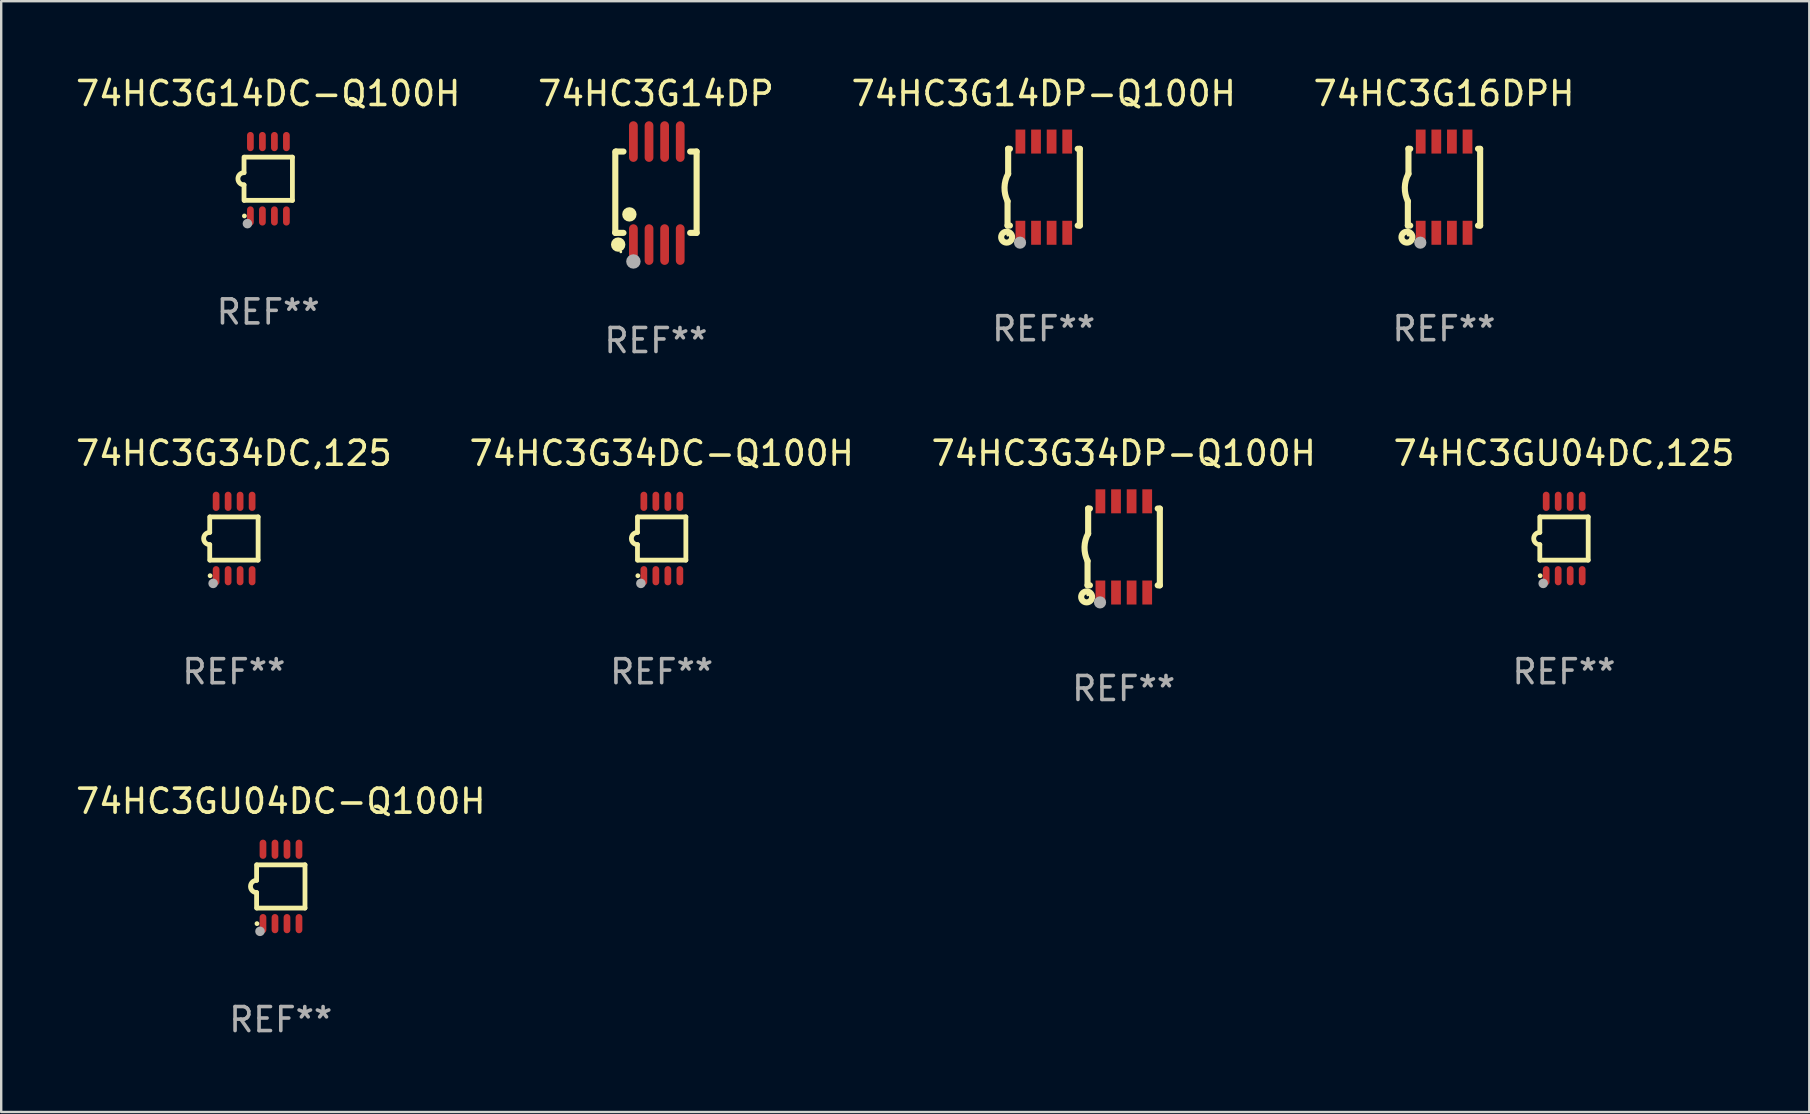
<source format=kicad_pcb>
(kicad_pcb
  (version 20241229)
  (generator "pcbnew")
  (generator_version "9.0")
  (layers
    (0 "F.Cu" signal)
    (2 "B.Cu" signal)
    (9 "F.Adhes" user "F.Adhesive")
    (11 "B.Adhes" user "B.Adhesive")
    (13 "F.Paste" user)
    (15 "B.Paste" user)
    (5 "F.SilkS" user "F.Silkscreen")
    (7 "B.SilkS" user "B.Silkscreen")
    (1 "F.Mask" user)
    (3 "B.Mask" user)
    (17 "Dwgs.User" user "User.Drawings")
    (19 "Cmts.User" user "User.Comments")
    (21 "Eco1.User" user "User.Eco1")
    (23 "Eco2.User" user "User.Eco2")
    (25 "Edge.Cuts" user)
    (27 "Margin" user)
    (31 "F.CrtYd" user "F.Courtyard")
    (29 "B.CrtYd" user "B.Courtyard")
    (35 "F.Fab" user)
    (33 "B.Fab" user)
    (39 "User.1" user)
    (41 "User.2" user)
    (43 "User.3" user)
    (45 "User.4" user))
  (footprint "74HC3G16DPH"
    (layer "F.Cu")
    (at 57.113 4.748)
    (property "Reference" "74HC3G16DPH" (at 0 -3.9 0) (layer "F.SilkS") (effects (font (size 1 1) (thickness 0.15))))
    (attr through_hole)
    (fp_line (start -1.506 1.6) (end -1.506 0.584) (stroke (width 0.254) (type solid)) (layer "F.SilkS"))
    (fp_line (start -1.506 1.6) (end -1.407 1.6) (stroke (width 0.254) (type solid)) (layer "F.SilkS"))
    (fp_line (start -1.481 -1.599) (end -1.481 -0.549) (stroke (width 0.254) (type solid)) (layer "F.SilkS"))
    (fp_line (start -1.481 -1.599) (end -1.407 -1.599) (stroke (width 0.254) (type solid)) (layer "F.SilkS"))
    (fp_line (start 1.417 -1.599) (end 1.506 -1.599) (stroke (width 0.254) (type solid)) (layer "F.SilkS"))
    (fp_line (start 1.417 1.6) (end 1.506 1.6) (stroke (width 0.254) (type solid)) (layer "F.SilkS"))
    (fp_line (start 1.506 1.603) (end 1.506 -1.595) (stroke (width 0.254) (type solid)) (layer "F.SilkS"))
    (fp_arc (start -1.506223 0.584328) (mid -1.632455 0.00974) (end -1.480823 -0.558674) (stroke (width 0.254001) (type solid)) (layer "F.SilkS"))
    (fp_circle (center -1.544 2.083) (end -1.443 2.083) (stroke (width 0.254) (type solid)) (fill no) (layer "F.SilkS"))
    (fp_circle (center -1.495 2) (end -1.465 2) (stroke (width 0.06) (type solid)) (fill no) (layer "F.SilkS"))
    (fp_circle (center -0.986 2.312) (end -0.859 2.312) (stroke (width 0.254) (type solid)) (fill no) (layer "F.Fab"))
    (fp_text user "REF**" (at 0 5.9 0) (layer "F.Fab") (effects (font (size 1 1) (thickness 0.15))))
    (pad "1" smd rect (at -0.97 1.9 90) (size 1 0.406) (layers "F.Cu" "F.Mask" "F.Paste"))
    (pad "2" smd rect (at -0.32 1.9 90) (size 1 0.406) (layers "F.Cu" "F.Mask" "F.Paste"))
    (pad "3" smd rect (at 0.33 1.9 90) (size 1 0.406) (layers "F.Cu" "F.Mask" "F.Paste"))
    (pad "4" smd rect (at 0.98 1.9 90) (size 1 0.406) (layers "F.Cu" "F.Mask" "F.Paste"))
    (pad "5" smd rect (at 0.98 -1.9 90) (size 1 0.406) (layers "F.Cu" "F.Mask" "F.Paste"))
    (pad "6" smd rect (at 0.33 -1.9 90) (size 1 0.406) (layers "F.Cu" "F.Mask" "F.Paste"))
    (pad "7" smd rect (at -0.32 -1.9 90) (size 1 0.406) (layers "F.Cu" "F.Mask" "F.Paste"))
    (pad "8" smd rect (at -0.97 -1.9 90) (size 1 0.406) (layers "F.Cu" "F.Mask" "F.Paste")))
  (footprint "74HC3GU04DC-Q100H"
    (layer "F.Cu")
    (at 8.649 33.883)
    (property "Reference" "74HC3GU04DC-Q100H" (at 0 -3.55 0) (layer "F.SilkS") (effects (font (size 1 1) (thickness 0.15))))
    (attr through_hole)
    (fp_line (start -1.008 -0.254) (end -1.008 -0.9) (stroke (width 0.2) (type solid)) (layer "F.SilkS"))
    (fp_line (start -1.008 0.254) (end -1.008 0.9) (stroke (width 0.2) (type solid)) (layer "F.SilkS"))
    (fp_line (start -0.992 0.9) (end 1.008 0.9) (stroke (width 0.2) (type solid)) (layer "F.SilkS"))
    (fp_line (start 1.008 -0.9) (end -0.992 -0.9) (stroke (width 0.2) (type solid)) (layer "F.SilkS"))
    (fp_line (start 1.008 0.9) (end 1.008 -0.9) (stroke (width 0.2) (type solid)) (layer "F.SilkS"))
    (fp_arc (start -1.008001 0.254001) (mid -1.262002 0) (end -1.008001 -0.254001) (stroke (width 0.2) (type solid)) (layer "F.SilkS"))
    (fp_circle (center -0.992 1.55) (end -0.942 1.55) (stroke (width 0.1) (type solid)) (fill no) (layer "F.SilkS"))
    (fp_circle (center -0.866 1.87) (end -0.766 1.87) (stroke (width 0.2) (type solid)) (fill no) (layer "F.Fab"))
    (fp_text user "REF**" (at 0 5.55 0) (layer "F.Fab") (effects (font (size 1 1) (thickness 0.15))))
    (pad "1" smd oval (at -0.742 1.55 270) (size 0.8 0.28) (layers "F.Cu" "F.Mask" "F.Paste"))
    (pad "2" smd oval (at -0.242 1.55 270) (size 0.8 0.28) (layers "F.Cu" "F.Mask" "F.Paste"))
    (pad "3" smd oval (at 0.258 1.55 270) (size 0.8 0.28) (layers "F.Cu" "F.Mask" "F.Paste"))
    (pad "4" smd oval (at 0.758 1.55 270) (size 0.8 0.28) (layers "F.Cu" "F.Mask" "F.Paste"))
    (pad "5" smd oval (at 0.758 -1.55 270) (size 0.8 0.28) (layers "F.Cu" "F.Mask" "F.Paste"))
    (pad "6" smd oval (at 0.258 -1.55 270) (size 0.8 0.28) (layers "F.Cu" "F.Mask" "F.Paste"))
    (pad "7" smd oval (at -0.242 -1.55 270) (size 0.8 0.28) (layers "F.Cu" "F.Mask" "F.Paste"))
    (pad "8" smd oval (at -0.742 -1.55 270) (size 0.8 0.28) (layers "F.Cu" "F.Mask" "F.Paste")))
  (footprint "74HC3GU04DC,125"
    (layer "F.Cu")
    (at 62.113 19.387)
    (property "Reference" "74HC3GU04DC,125" (at 0 -3.55 0) (layer "F.SilkS") (effects (font (size 1 1) (thickness 0.15))))
    (attr through_hole)
    (fp_line (start -1.008 -0.254) (end -1.008 -0.9) (stroke (width 0.2) (type solid)) (layer "F.SilkS"))
    (fp_line (start -1.008 0.254) (end -1.008 0.9) (stroke (width 0.2) (type solid)) (layer "F.SilkS"))
    (fp_line (start -0.992 0.9) (end 1.008 0.9) (stroke (width 0.2) (type solid)) (layer "F.SilkS"))
    (fp_line (start 1.008 -0.9) (end -0.992 -0.9) (stroke (width 0.2) (type solid)) (layer "F.SilkS"))
    (fp_line (start 1.008 0.9) (end 1.008 -0.9) (stroke (width 0.2) (type solid)) (layer "F.SilkS"))
    (fp_arc (start -1.008001 0.254001) (mid -1.262002 0) (end -1.008001 -0.254001) (stroke (width 0.2) (type solid)) (layer "F.SilkS"))
    (fp_circle (center -0.992 1.55) (end -0.942 1.55) (stroke (width 0.1) (type solid)) (fill no) (layer "F.SilkS"))
    (fp_circle (center -0.866 1.87) (end -0.766 1.87) (stroke (width 0.2) (type solid)) (fill no) (layer "F.Fab"))
    (fp_text user "REF**" (at 0 5.55 0) (layer "F.Fab") (effects (font (size 1 1) (thickness 0.15))))
    (pad "1" smd oval (at -0.742 1.55 270) (size 0.8 0.28) (layers "F.Cu" "F.Mask" "F.Paste"))
    (pad "2" smd oval (at -0.242 1.55 270) (size 0.8 0.28) (layers "F.Cu" "F.Mask" "F.Paste"))
    (pad "3" smd oval (at 0.258 1.55 270) (size 0.8 0.28) (layers "F.Cu" "F.Mask" "F.Paste"))
    (pad "4" smd oval (at 0.758 1.55 270) (size 0.8 0.28) (layers "F.Cu" "F.Mask" "F.Paste"))
    (pad "5" smd oval (at 0.758 -1.55 270) (size 0.8 0.28) (layers "F.Cu" "F.Mask" "F.Paste"))
    (pad "6" smd oval (at 0.258 -1.55 270) (size 0.8 0.28) (layers "F.Cu" "F.Mask" "F.Paste"))
    (pad "7" smd oval (at -0.242 -1.55 270) (size 0.8 0.28) (layers "F.Cu" "F.Mask" "F.Paste"))
    (pad "8" smd oval (at -0.742 -1.55 270) (size 0.8 0.28) (layers "F.Cu" "F.Mask" "F.Paste")))
  (footprint "74HC3G34DC,125"
    (layer "F.Cu")
    (at 6.696 19.387)
    (property "Reference" "74HC3G34DC,125" (at 0 -3.55 0) (layer "F.SilkS") (effects (font (size 1 1) (thickness 0.15))))
    (attr through_hole)
    (fp_line (start -1.008 -0.254) (end -1.008 -0.9) (stroke (width 0.2) (type solid)) (layer "F.SilkS"))
    (fp_line (start -1.008 0.254) (end -1.008 0.9) (stroke (width 0.2) (type solid)) (layer "F.SilkS"))
    (fp_line (start -0.992 0.9) (end 1.008 0.9) (stroke (width 0.2) (type solid)) (layer "F.SilkS"))
    (fp_line (start 1.008 -0.9) (end -0.992 -0.9) (stroke (width 0.2) (type solid)) (layer "F.SilkS"))
    (fp_line (start 1.008 0.9) (end 1.008 -0.9) (stroke (width 0.2) (type solid)) (layer "F.SilkS"))
    (fp_arc (start -1.008001 0.254001) (mid -1.262002 0) (end -1.008001 -0.254001) (stroke (width 0.2) (type solid)) (layer "F.SilkS"))
    (fp_circle (center -0.992 1.55) (end -0.942 1.55) (stroke (width 0.1) (type solid)) (fill no) (layer "F.SilkS"))
    (fp_circle (center -0.866 1.87) (end -0.766 1.87) (stroke (width 0.2) (type solid)) (fill no) (layer "F.Fab"))
    (fp_text user "REF**" (at 0 5.55 0) (layer "F.Fab") (effects (font (size 1 1) (thickness 0.15))))
    (pad "1" smd oval (at -0.742 1.55 270) (size 0.8 0.28) (layers "F.Cu" "F.Mask" "F.Paste"))
    (pad "2" smd oval (at -0.242 1.55 270) (size 0.8 0.28) (layers "F.Cu" "F.Mask" "F.Paste"))
    (pad "3" smd oval (at 0.258 1.55 270) (size 0.8 0.28) (layers "F.Cu" "F.Mask" "F.Paste"))
    (pad "4" smd oval (at 0.758 1.55 270) (size 0.8 0.28) (layers "F.Cu" "F.Mask" "F.Paste"))
    (pad "5" smd oval (at 0.758 -1.55 270) (size 0.8 0.28) (layers "F.Cu" "F.Mask" "F.Paste"))
    (pad "6" smd oval (at 0.258 -1.55 270) (size 0.8 0.28) (layers "F.Cu" "F.Mask" "F.Paste"))
    (pad "7" smd oval (at -0.242 -1.55 270) (size 0.8 0.28) (layers "F.Cu" "F.Mask" "F.Paste"))
    (pad "8" smd oval (at -0.742 -1.55 270) (size 0.8 0.28) (layers "F.Cu" "F.Mask" "F.Paste")))
  (footprint "74HC3G14DP-Q100H"
    (layer "F.Cu")
    (at 40.435 4.748)
    (property "Reference" "74HC3G14DP-Q100H" (at 0 -3.9 0) (layer "F.SilkS") (effects (font (size 1 1) (thickness 0.15))))
    (attr through_hole)
    (fp_line (start -1.506 1.6) (end -1.506 0.584) (stroke (width 0.254) (type solid)) (layer "F.SilkS"))
    (fp_line (start -1.506 1.6) (end -1.407 1.6) (stroke (width 0.254) (type solid)) (layer "F.SilkS"))
    (fp_line (start -1.481 -1.599) (end -1.481 -0.549) (stroke (width 0.254) (type solid)) (layer "F.SilkS"))
    (fp_line (start -1.481 -1.599) (end -1.407 -1.599) (stroke (width 0.254) (type solid)) (layer "F.SilkS"))
    (fp_line (start 1.417 -1.599) (end 1.506 -1.599) (stroke (width 0.254) (type solid)) (layer "F.SilkS"))
    (fp_line (start 1.417 1.6) (end 1.506 1.6) (stroke (width 0.254) (type solid)) (layer "F.SilkS"))
    (fp_line (start 1.506 1.603) (end 1.506 -1.595) (stroke (width 0.254) (type solid)) (layer "F.SilkS"))
    (fp_arc (start -1.506223 0.584328) (mid -1.632455 0.00974) (end -1.480823 -0.558674) (stroke (width 0.254001) (type solid)) (layer "F.SilkS"))
    (fp_circle (center -1.544 2.083) (end -1.443 2.083) (stroke (width 0.254) (type solid)) (fill no) (layer "F.SilkS"))
    (fp_circle (center -1.495 2) (end -1.465 2) (stroke (width 0.06) (type solid)) (fill no) (layer "F.SilkS"))
    (fp_circle (center -0.986 2.312) (end -0.859 2.312) (stroke (width 0.254) (type solid)) (fill no) (layer "F.Fab"))
    (fp_text user "REF**" (at 0 5.9 0) (layer "F.Fab") (effects (font (size 1 1) (thickness 0.15))))
    (pad "1" smd rect (at -0.97 1.9 90) (size 1 0.406) (layers "F.Cu" "F.Mask" "F.Paste"))
    (pad "2" smd rect (at -0.32 1.9 90) (size 1 0.406) (layers "F.Cu" "F.Mask" "F.Paste"))
    (pad "3" smd rect (at 0.33 1.9 90) (size 1 0.406) (layers "F.Cu" "F.Mask" "F.Paste"))
    (pad "4" smd rect (at 0.98 1.9 90) (size 1 0.406) (layers "F.Cu" "F.Mask" "F.Paste"))
    (pad "5" smd rect (at 0.98 -1.9 90) (size 1 0.406) (layers "F.Cu" "F.Mask" "F.Paste"))
    (pad "6" smd rect (at 0.33 -1.9 90) (size 1 0.406) (layers "F.Cu" "F.Mask" "F.Paste"))
    (pad "7" smd rect (at -0.32 -1.9 90) (size 1 0.406) (layers "F.Cu" "F.Mask" "F.Paste"))
    (pad "8" smd rect (at -0.97 -1.9 90) (size 1 0.406) (layers "F.Cu" "F.Mask" "F.Paste")))
  (footprint "74HC3G14DP"
    (layer "F.Cu")
    (at 24.28 4.994)
    (property "Reference" "74HC3G14DP" (at 0 -4.146 0) (layer "F.SilkS") (effects (font (size 1 1) (thickness 0.15))))
    (attr through_hole)
    (fp_line (start -1.694 -1.724) (end -1.694 1.652) (stroke (width 0.254) (type solid)) (layer "F.SilkS"))
    (fp_line (start -1.694 1.652) (end -1.688 1.658) (stroke (width 0.254) (type solid)) (layer "F.SilkS"))
    (fp_line (start -1.688 1.658) (end -1.353 1.658) (stroke (width 0.254) (type solid)) (layer "F.SilkS"))
    (fp_line (start -1.661 -1.73) (end -1.681 -1.71) (stroke (width 0.254) (type solid)) (layer "F.SilkS"))
    (fp_line (start -1.353 -1.73) (end -1.661 -1.73) (stroke (width 0.254) (type solid)) (layer "F.SilkS"))
    (fp_line (start 1.424 1.658) (end 1.694 1.658) (stroke (width 0.254) (type solid)) (layer "F.SilkS"))
    (fp_line (start 1.694 -1.73) (end 1.424 -1.73) (stroke (width 0.254) (type solid)) (layer "F.SilkS"))
    (fp_line (start 1.694 1.658) (end 1.694 -1.73) (stroke (width 0.254) (type solid)) (layer "F.SilkS"))
    (fp_circle (center -1.574 2.146) (end -1.424 2.146) (stroke (width 0.3) (type solid)) (fill no) (layer "F.SilkS"))
    (fp_circle (center -1.464 2.45) (end -1.434 2.45) (stroke (width 0.06) (type solid)) (fill no) (layer "F.SilkS"))
    (fp_circle (center -1.107 0.889) (end -0.957 0.889) (stroke (width 0.3) (type solid)) (fill no) (layer "F.SilkS"))
    (fp_circle (center -0.94 2.85) (end -0.789 2.85) (stroke (width 0.3) (type solid)) (fill no) (layer "F.Fab"))
    (fp_text user "REF**" (at 0 6.146 0) (layer "F.Fab") (effects (font (size 1 1) (thickness 0.15))))
    (pad "1" smd oval (at -0.94 2.146) (size 0.364 1.692) (layers "F.Cu" "F.Mask" "F.Paste"))
    (pad "2" smd oval (at -0.289 2.146) (size 0.364 1.692) (layers "F.Cu" "F.Mask" "F.Paste"))
    (pad "3" smd oval (at 0.361 2.146) (size 0.364 1.692) (layers "F.Cu" "F.Mask" "F.Paste"))
    (pad "4" smd oval (at 1.011 2.146) (size 0.364 1.692) (layers "F.Cu" "F.Mask" "F.Paste"))
    (pad "5" smd oval (at 1.011 -2.146) (size 0.364 1.692) (layers "F.Cu" "F.Mask" "F.Paste"))
    (pad "6" smd oval (at 0.361 -2.146) (size 0.364 1.692) (layers "F.Cu" "F.Mask" "F.Paste"))
    (pad "7" smd oval (at -0.289 -2.146) (size 0.364 1.692) (layers "F.Cu" "F.Mask" "F.Paste"))
    (pad "8" smd oval (at -0.94 -2.146) (size 0.364 1.692) (layers "F.Cu" "F.Mask" "F.Paste")))
  (footprint "74HC3G14DC-Q100H"
    (layer "F.Cu")
    (at 8.125 4.398)
    (property "Reference" "74HC3G14DC-Q100H" (at 0 -3.55 0) (layer "F.SilkS") (effects (font (size 1 1) (thickness 0.15))))
    (attr through_hole)
    (fp_line (start -1.008 -0.254) (end -1.008 -0.9) (stroke (width 0.2) (type solid)) (layer "F.SilkS"))
    (fp_line (start -1.008 0.254) (end -1.008 0.9) (stroke (width 0.2) (type solid)) (layer "F.SilkS"))
    (fp_line (start -0.992 0.9) (end 1.008 0.9) (stroke (width 0.2) (type solid)) (layer "F.SilkS"))
    (fp_line (start 1.008 -0.9) (end -0.992 -0.9) (stroke (width 0.2) (type solid)) (layer "F.SilkS"))
    (fp_line (start 1.008 0.9) (end 1.008 -0.9) (stroke (width 0.2) (type solid)) (layer "F.SilkS"))
    (fp_arc (start -1.008001 0.254001) (mid -1.262002 0) (end -1.008001 -0.254001) (stroke (width 0.2) (type solid)) (layer "F.SilkS"))
    (fp_circle (center -0.992 1.55) (end -0.942 1.55) (stroke (width 0.1) (type solid)) (fill no) (layer "F.SilkS"))
    (fp_circle (center -0.866 1.87) (end -0.766 1.87) (stroke (width 0.2) (type solid)) (fill no) (layer "F.Fab"))
    (fp_text user "REF**" (at 0 5.55 0) (layer "F.Fab") (effects (font (size 1 1) (thickness 0.15))))
    (pad "1" smd oval (at -0.742 1.55 270) (size 0.8 0.28) (layers "F.Cu" "F.Mask" "F.Paste"))
    (pad "2" smd oval (at -0.242 1.55 270) (size 0.8 0.28) (layers "F.Cu" "F.Mask" "F.Paste"))
    (pad "3" smd oval (at 0.258 1.55 270) (size 0.8 0.28) (layers "F.Cu" "F.Mask" "F.Paste"))
    (pad "4" smd oval (at 0.758 1.55 270) (size 0.8 0.28) (layers "F.Cu" "F.Mask" "F.Paste"))
    (pad "5" smd oval (at 0.758 -1.55 270) (size 0.8 0.28) (layers "F.Cu" "F.Mask" "F.Paste"))
    (pad "6" smd oval (at 0.258 -1.55 270) (size 0.8 0.28) (layers "F.Cu" "F.Mask" "F.Paste"))
    (pad "7" smd oval (at -0.242 -1.55 270) (size 0.8 0.28) (layers "F.Cu" "F.Mask" "F.Paste"))
    (pad "8" smd oval (at -0.742 -1.55 270) (size 0.8 0.28) (layers "F.Cu" "F.Mask" "F.Paste")))
  (footprint "74HC3G34DC-Q100H"
    (layer "F.Cu")
    (at 24.518 19.387)
    (property "Reference" "74HC3G34DC-Q100H" (at 0 -3.55 0) (layer "F.SilkS") (effects (font (size 1 1) (thickness 0.15))))
    (attr through_hole)
    (fp_line (start -1.008 -0.254) (end -1.008 -0.9) (stroke (width 0.2) (type solid)) (layer "F.SilkS"))
    (fp_line (start -1.008 0.254) (end -1.008 0.9) (stroke (width 0.2) (type solid)) (layer "F.SilkS"))
    (fp_line (start -0.992 0.9) (end 1.008 0.9) (stroke (width 0.2) (type solid)) (layer "F.SilkS"))
    (fp_line (start 1.008 -0.9) (end -0.992 -0.9) (stroke (width 0.2) (type solid)) (layer "F.SilkS"))
    (fp_line (start 1.008 0.9) (end 1.008 -0.9) (stroke (width 0.2) (type solid)) (layer "F.SilkS"))
    (fp_arc (start -1.008001 0.254001) (mid -1.262002 0) (end -1.008001 -0.254001) (stroke (width 0.2) (type solid)) (layer "F.SilkS"))
    (fp_circle (center -0.992 1.55) (end -0.942 1.55) (stroke (width 0.1) (type solid)) (fill no) (layer "F.SilkS"))
    (fp_circle (center -0.866 1.87) (end -0.766 1.87) (stroke (width 0.2) (type solid)) (fill no) (layer "F.Fab"))
    (fp_text user "REF**" (at 0 5.55 0) (layer "F.Fab") (effects (font (size 1 1) (thickness 0.15))))
    (pad "1" smd oval (at -0.742 1.55 270) (size 0.8 0.28) (layers "F.Cu" "F.Mask" "F.Paste"))
    (pad "2" smd oval (at -0.242 1.55 270) (size 0.8 0.28) (layers "F.Cu" "F.Mask" "F.Paste"))
    (pad "3" smd oval (at 0.258 1.55 270) (size 0.8 0.28) (layers "F.Cu" "F.Mask" "F.Paste"))
    (pad "4" smd oval (at 0.758 1.55 270) (size 0.8 0.28) (layers "F.Cu" "F.Mask" "F.Paste"))
    (pad "5" smd oval (at 0.758 -1.55 270) (size 0.8 0.28) (layers "F.Cu" "F.Mask" "F.Paste"))
    (pad "6" smd oval (at 0.258 -1.55 270) (size 0.8 0.28) (layers "F.Cu" "F.Mask" "F.Paste"))
    (pad "7" smd oval (at -0.242 -1.55 270) (size 0.8 0.28) (layers "F.Cu" "F.Mask" "F.Paste"))
    (pad "8" smd oval (at -0.742 -1.55 270) (size 0.8 0.28) (layers "F.Cu" "F.Mask" "F.Paste")))
  (footprint "74HC3G34DP-Q100H"
    (layer "F.Cu")
    (at 43.768 19.737)
    (property "Reference" "74HC3G34DP-Q100H" (at 0 -3.9 0) (layer "F.SilkS") (effects (font (size 1 1) (thickness 0.15))))
    (attr through_hole)
    (fp_line (start -1.506 1.6) (end -1.506 0.584) (stroke (width 0.254) (type solid)) (layer "F.SilkS"))
    (fp_line (start -1.506 1.6) (end -1.407 1.6) (stroke (width 0.254) (type solid)) (layer "F.SilkS"))
    (fp_line (start -1.481 -1.599) (end -1.481 -0.549) (stroke (width 0.254) (type solid)) (layer "F.SilkS"))
    (fp_line (start -1.481 -1.599) (end -1.407 -1.599) (stroke (width 0.254) (type solid)) (layer "F.SilkS"))
    (fp_line (start 1.417 -1.599) (end 1.506 -1.599) (stroke (width 0.254) (type solid)) (layer "F.SilkS"))
    (fp_line (start 1.417 1.6) (end 1.506 1.6) (stroke (width 0.254) (type solid)) (layer "F.SilkS"))
    (fp_line (start 1.506 1.603) (end 1.506 -1.595) (stroke (width 0.254) (type solid)) (layer "F.SilkS"))
    (fp_arc (start -1.506223 0.584328) (mid -1.632455 0.00974) (end -1.480823 -0.558674) (stroke (width 0.254001) (type solid)) (layer "F.SilkS"))
    (fp_circle (center -1.544 2.083) (end -1.443 2.083) (stroke (width 0.254) (type solid)) (fill no) (layer "F.SilkS"))
    (fp_circle (center -1.495 2) (end -1.465 2) (stroke (width 0.06) (type solid)) (fill no) (layer "F.SilkS"))
    (fp_circle (center -0.986 2.312) (end -0.859 2.312) (stroke (width 0.254) (type solid)) (fill no) (layer "F.Fab"))
    (fp_text user "REF**" (at 0 5.9 0) (layer "F.Fab") (effects (font (size 1 1) (thickness 0.15))))
    (pad "1" smd rect (at -0.97 1.9 90) (size 1 0.406) (layers "F.Cu" "F.Mask" "F.Paste"))
    (pad "2" smd rect (at -0.32 1.9 90) (size 1 0.406) (layers "F.Cu" "F.Mask" "F.Paste"))
    (pad "3" smd rect (at 0.33 1.9 90) (size 1 0.406) (layers "F.Cu" "F.Mask" "F.Paste"))
    (pad "4" smd rect (at 0.98 1.9 90) (size 1 0.406) (layers "F.Cu" "F.Mask" "F.Paste"))
    (pad "5" smd rect (at 0.98 -1.9 90) (size 1 0.406) (layers "F.Cu" "F.Mask" "F.Paste"))
    (pad "6" smd rect (at 0.33 -1.9 90) (size 1 0.406) (layers "F.Cu" "F.Mask" "F.Paste"))
    (pad "7" smd rect (at -0.32 -1.9 90) (size 1 0.406) (layers "F.Cu" "F.Mask" "F.Paste"))
    (pad "8" smd rect (at -0.97 -1.9 90) (size 1 0.406) (layers "F.Cu" "F.Mask" "F.Paste")))
  (gr_rect
    (start -3 -3)
    (end 72.333 43.282)
    (stroke (width 0.1) (type default))
    (fill no)
    (layer "Edge.Cuts")))
</source>
